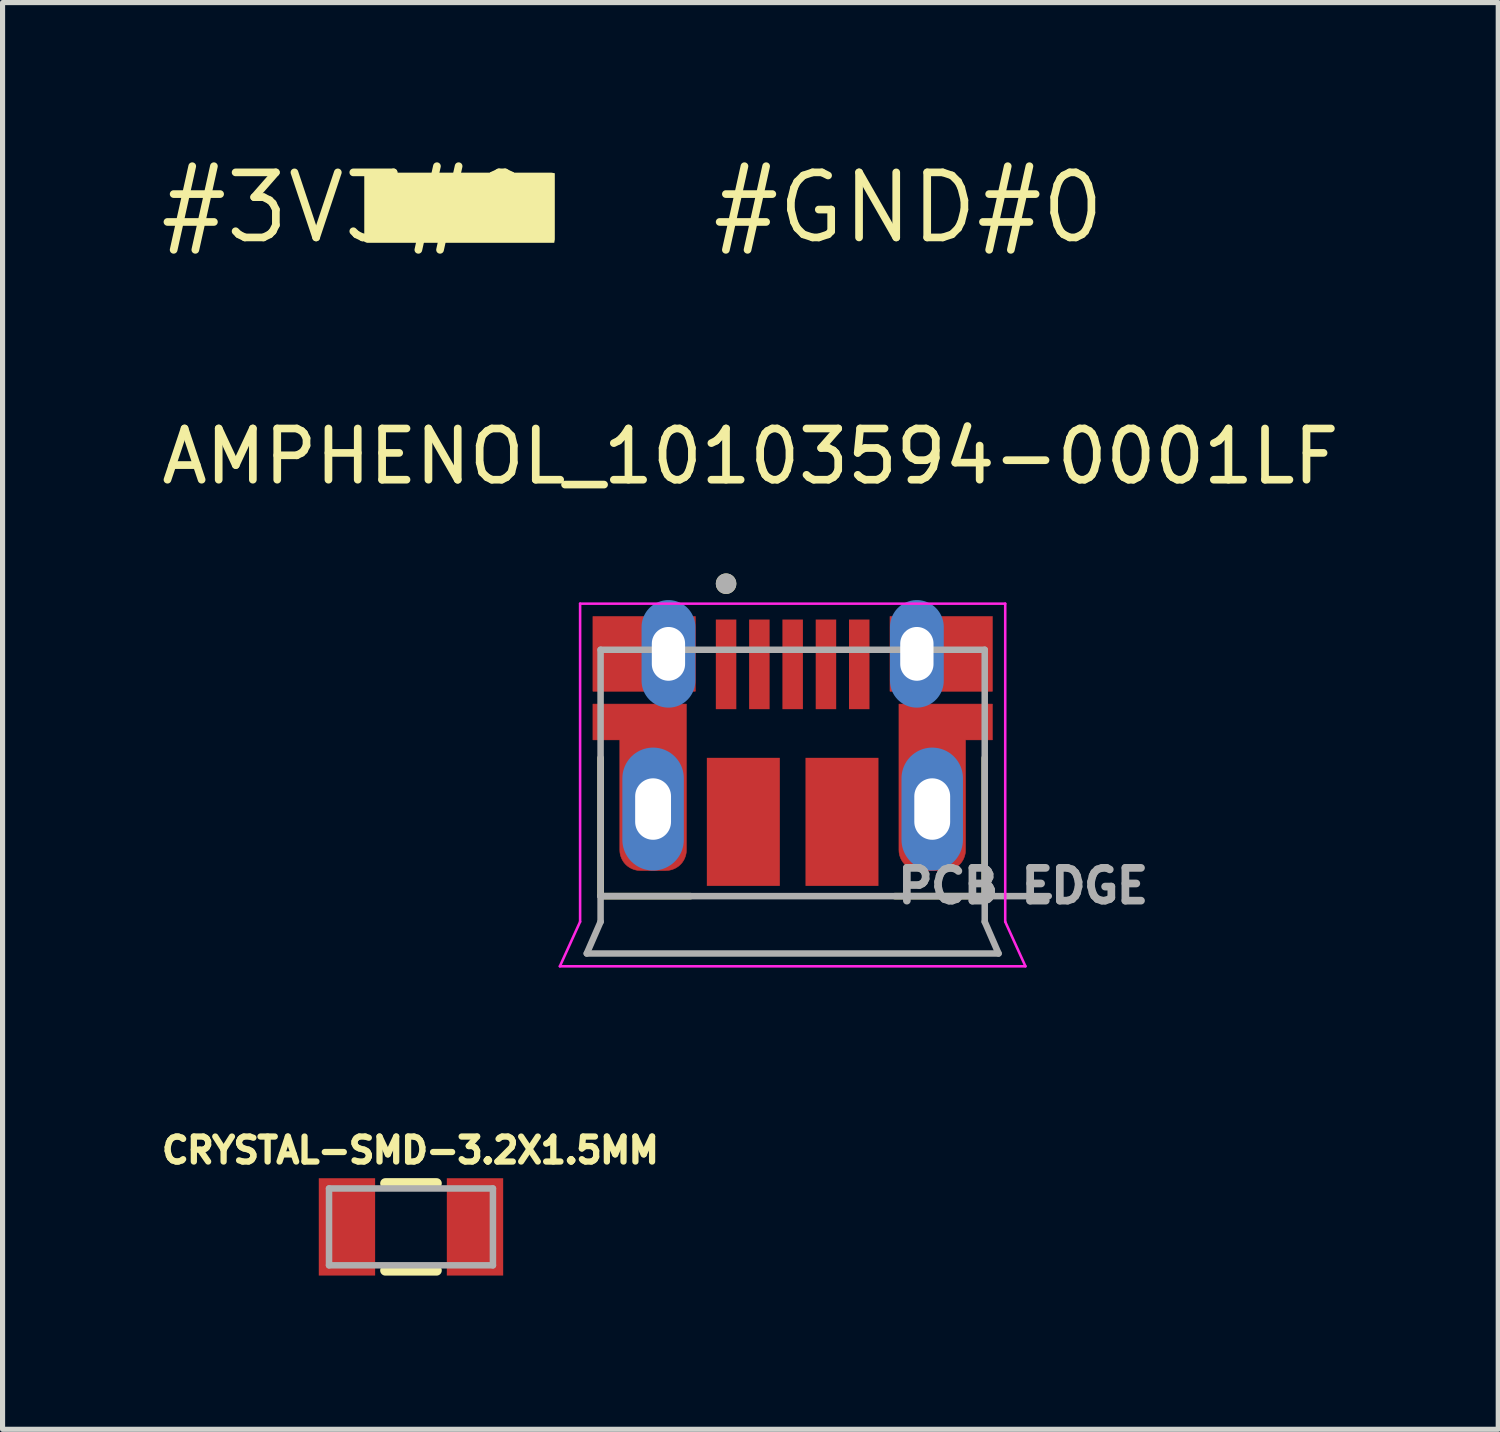
<source format=kicad_pcb>
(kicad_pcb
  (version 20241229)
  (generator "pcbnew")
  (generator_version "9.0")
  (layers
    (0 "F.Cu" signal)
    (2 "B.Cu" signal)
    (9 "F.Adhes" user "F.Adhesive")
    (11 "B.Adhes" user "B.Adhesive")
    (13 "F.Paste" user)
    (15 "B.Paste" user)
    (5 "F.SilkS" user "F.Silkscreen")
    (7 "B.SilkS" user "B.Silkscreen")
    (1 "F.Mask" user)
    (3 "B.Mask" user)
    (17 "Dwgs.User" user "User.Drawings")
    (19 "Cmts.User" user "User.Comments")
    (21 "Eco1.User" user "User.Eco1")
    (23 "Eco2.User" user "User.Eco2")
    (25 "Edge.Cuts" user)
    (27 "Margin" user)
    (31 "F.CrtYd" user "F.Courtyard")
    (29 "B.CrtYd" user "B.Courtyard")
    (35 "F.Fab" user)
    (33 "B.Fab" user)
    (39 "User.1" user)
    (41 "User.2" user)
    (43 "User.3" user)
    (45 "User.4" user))
  (footprint "#3V3#0"
    (layer "F.Cu")
    (at 3.727 1.006)
    (property "Reference" "#3V3#0" (at 0 0 0) (layer "F.SilkS") (effects (font (size 1.27 1.27) (thickness 0.15))))
    (fp_poly (pts (xy 3.99 -0.685) (xy 4.055 -0.674) (xy 4.055 0.62) (xy 4.044 0.685) (xy 0.389 0.685) (xy 0.335 0.663) (xy 0.335 -0.631) (xy 0.357 -0.685)) (stroke (width 0) (type default)) (fill yes) (layer "F.SilkS")))
  (footprint "CRYSTAL-SMD-3.2X1.5MM"
    (layer "F.Cu")
    (at 4.974 20.904)
    (property "Reference" "CRYSTAL-SMD-3.2X1.5MM" (at -0.01 -1.21 0) (layer "F.SilkS") (effects (font (size 0.488 0.488) (thickness 0.122)) (justify bottom)))
    (fp_line (start -0.5 -0.85) (end 0.5 -0.85) (stroke (width 0.203) (type solid)) (layer "F.SilkS"))
    (fp_line (start 0.5 0.85) (end -0.5 0.85) (stroke (width 0.203) (type solid)) (layer "F.SilkS"))
    (fp_line (start -1.6 -0.75) (end 1.6 -0.75) (stroke (width 0.127) (type solid)) (layer "F.Fab"))
    (fp_line (start -1.6 0.75) (end -1.6 -0.75) (stroke (width 0.127) (type solid)) (layer "F.Fab"))
    (fp_line (start 1.6 -0.75) (end 1.6 0.75) (stroke (width 0.127) (type solid)) (layer "F.Fab"))
    (fp_line (start 1.6 0.75) (end -1.6 0.75) (stroke (width 0.127) (type solid)) (layer "F.Fab"))
    (pad "P$1" smd rect (at -1.25 0) (size 1.1 1.9) (layers "F.Cu" "F.Mask" "F.Paste"))
    (pad "P$2" smd rect (at 1.25 0) (size 1.1 1.9) (layers "F.Cu" "F.Mask" "F.Paste")))
  (footprint "AMPHENOL_10103594-0001LF"
    (layer "F.Cu")
    (at 12.426 12.746)
    (property "Reference" "AMPHENOL_10103594-0001LF" (at -0.825 -6.885 0) (layer "F.SilkS") (effects (font (size 1 1) (thickness 0.15))))
    (attr smd)
    (fp_poly (pts (xy -1.9 -2.3) (xy -1.9 -3.76) (xy -3.9 -3.76) (xy -3.9 -2.3)) (stroke (width 0.01) (type solid)) (fill yes) (layer "F.Cu"))
    (fp_poly (pts (xy 1.9 -2.3) (xy 1.9 -3.76) (xy 3.9 -3.76) (xy 3.9 -2.3)) (stroke (width 0.01) (type solid)) (fill yes) (layer "F.Cu"))
    (fp_poly (pts (xy -3.9 -2.05) (xy -3.9 -1.35) (xy -3.375 -1.35) (xy -3.375 0.8) (xy -3.374 0.821) (xy -3.373 0.842) (xy -3.37 0.863) (xy -3.366 0.883) (xy -3.361 0.904) (xy -3.355 0.924) (xy -3.348 0.943) (xy -3.34 0.963) (xy -3.331 0.982) (xy -3.321 1) (xy -3.31 1.018) (xy -3.299 1.035) (xy -3.286 1.052) (xy -3.272 1.068) (xy -3.258 1.083) (xy -3.243 1.097) (xy -3.227 1.111) (xy -3.21 1.124) (xy -3.193 1.135) (xy -3.175 1.146) (xy -3.157 1.156) (xy -3.138 1.165) (xy -3.118 1.173) (xy -3.099 1.18) (xy -3.079 1.186) (xy -3.058 1.191) (xy -3.038 1.195) (xy -3.017 1.198) (xy -2.996 1.199) (xy -2.975 1.2) (xy -2.475 1.2) (xy -2.454 1.199) (xy -2.433 1.198) (xy -2.412 1.195) (xy -2.392 1.191) (xy -2.371 1.186) (xy -2.351 1.18) (xy -2.332 1.173) (xy -2.312 1.165) (xy -2.293 1.156) (xy -2.275 1.146) (xy -2.257 1.135) (xy -2.24 1.124) (xy -2.223 1.111) (xy -2.207 1.097) (xy -2.192 1.083) (xy -2.178 1.068) (xy -2.164 1.052) (xy -2.151 1.035) (xy -2.14 1.018) (xy -2.129 1) (xy -2.119 0.982) (xy -2.11 0.963) (xy -2.102 0.943) (xy -2.095 0.924) (xy -2.089 0.904) (xy -2.084 0.883) (xy -2.08 0.863) (xy -2.077 0.842) (xy -2.076 0.821) (xy -2.075 0.8) (xy -2.075 -2.05) (xy -3.9 -2.05)) (stroke (width 0.01) (type solid)) (fill yes) (layer "F.Cu"))
    (fp_poly (pts (xy 3.9 -2.05) (xy 3.9 -1.35) (xy 3.375 -1.35) (xy 3.375 0.8) (xy 3.374 0.821) (xy 3.373 0.842) (xy 3.37 0.863) (xy 3.366 0.883) (xy 3.361 0.904) (xy 3.355 0.924) (xy 3.348 0.943) (xy 3.34 0.963) (xy 3.331 0.982) (xy 3.321 1) (xy 3.31 1.018) (xy 3.299 1.035) (xy 3.286 1.052) (xy 3.272 1.068) (xy 3.258 1.083) (xy 3.243 1.097) (xy 3.227 1.111) (xy 3.21 1.124) (xy 3.193 1.135) (xy 3.175 1.146) (xy 3.157 1.156) (xy 3.138 1.165) (xy 3.118 1.173) (xy 3.099 1.18) (xy 3.079 1.186) (xy 3.058 1.191) (xy 3.038 1.195) (xy 3.017 1.198) (xy 2.996 1.199) (xy 2.975 1.2) (xy 2.475 1.2) (xy 2.454 1.199) (xy 2.433 1.198) (xy 2.412 1.195) (xy 2.392 1.191) (xy 2.371 1.186) (xy 2.351 1.18) (xy 2.332 1.173) (xy 2.312 1.165) (xy 2.293 1.156) (xy 2.275 1.146) (xy 2.257 1.135) (xy 2.24 1.124) (xy 2.223 1.111) (xy 2.207 1.097) (xy 2.192 1.083) (xy 2.178 1.068) (xy 2.164 1.052) (xy 2.151 1.035) (xy 2.14 1.018) (xy 2.129 1) (xy 2.119 0.982) (xy 2.11 0.963) (xy 2.102 0.943) (xy 2.095 0.924) (xy 2.089 0.904) (xy 2.084 0.883) (xy 2.08 0.863) (xy 2.077 0.842) (xy 2.076 0.821) (xy 2.075 0.8) (xy 2.075 -2.05) (xy 3.9 -2.05)) (stroke (width 0.01) (type solid)) (fill yes) (layer "F.Cu"))
    (fp_poly (pts (xy -4 -3.86) (xy -1.8 -3.86) (xy -1.8 -2.2) (xy -4 -2.2)) (stroke (width 0.01) (type solid)) (fill yes) (layer "F.Mask"))
    (fp_poly (pts (xy 1.8 -3.86) (xy 4 -3.86) (xy 4 -2.2) (xy 1.8 -2.2)) (stroke (width 0.01) (type solid)) (fill yes) (layer "F.Mask"))
    (fp_poly (pts (xy -4 -2.15) (xy -1.975 -2.15) (xy -1.975 0.8) (xy -1.976 0.826) (xy -1.978 0.852) (xy -1.981 0.878) (xy -1.986 0.904) (xy -1.992 0.929) (xy -1.999 0.955) (xy -2.008 0.979) (xy -2.018 1.003) (xy -2.029 1.027) (xy -2.042 1.05) (xy -2.056 1.072) (xy -2.07 1.094) (xy -2.086 1.115) (xy -2.103 1.135) (xy -2.121 1.154) (xy -2.14 1.172) (xy -2.16 1.189) (xy -2.181 1.205) (xy -2.203 1.219) (xy -2.225 1.233) (xy -2.248 1.246) (xy -2.272 1.257) (xy -2.296 1.267) (xy -2.32 1.276) (xy -2.346 1.283) (xy -2.371 1.289) (xy -2.397 1.294) (xy -2.423 1.297) (xy -2.449 1.299) (xy -2.475 1.3) (xy -2.975 1.3) (xy -3.001 1.299) (xy -3.027 1.297) (xy -3.053 1.294) (xy -3.079 1.289) (xy -3.104 1.283) (xy -3.13 1.276) (xy -3.154 1.267) (xy -3.178 1.257) (xy -3.202 1.246) (xy -3.225 1.233) (xy -3.247 1.219) (xy -3.269 1.205) (xy -3.29 1.189) (xy -3.31 1.172) (xy -3.329 1.154) (xy -3.347 1.135) (xy -3.364 1.115) (xy -3.38 1.094) (xy -3.394 1.072) (xy -3.408 1.05) (xy -3.421 1.027) (xy -3.432 1.003) (xy -3.442 0.979) (xy -3.451 0.955) (xy -3.458 0.929) (xy -3.464 0.904) (xy -3.469 0.878) (xy -3.472 0.852) (xy -3.474 0.826) (xy -3.475 0.8) (xy -3.475 -1.25) (xy -4 -1.25) (xy -4 -2.15)) (stroke (width 0.01) (type solid)) (fill yes) (layer "F.Mask"))
    (fp_poly (pts (xy 4 -2.15) (xy 1.975 -2.15) (xy 1.975 0.8) (xy 1.976 0.826) (xy 1.978 0.852) (xy 1.981 0.878) (xy 1.986 0.904) (xy 1.992 0.929) (xy 1.999 0.955) (xy 2.008 0.979) (xy 2.018 1.003) (xy 2.029 1.027) (xy 2.042 1.05) (xy 2.056 1.072) (xy 2.07 1.094) (xy 2.086 1.115) (xy 2.103 1.135) (xy 2.121 1.154) (xy 2.14 1.172) (xy 2.16 1.189) (xy 2.181 1.205) (xy 2.203 1.219) (xy 2.225 1.233) (xy 2.248 1.246) (xy 2.272 1.257) (xy 2.296 1.267) (xy 2.32 1.276) (xy 2.346 1.283) (xy 2.371 1.289) (xy 2.397 1.294) (xy 2.423 1.297) (xy 2.449 1.299) (xy 2.475 1.3) (xy 2.975 1.3) (xy 3.001 1.299) (xy 3.027 1.297) (xy 3.053 1.294) (xy 3.079 1.289) (xy 3.104 1.283) (xy 3.13 1.276) (xy 3.154 1.267) (xy 3.178 1.257) (xy 3.202 1.246) (xy 3.225 1.233) (xy 3.247 1.219) (xy 3.269 1.205) (xy 3.29 1.189) (xy 3.31 1.172) (xy 3.329 1.154) (xy 3.347 1.135) (xy 3.364 1.115) (xy 3.38 1.094) (xy 3.394 1.072) (xy 3.408 1.05) (xy 3.421 1.027) (xy 3.432 1.003) (xy 3.442 0.979) (xy 3.451 0.955) (xy 3.458 0.929) (xy 3.464 0.904) (xy 3.469 0.878) (xy 3.472 0.852) (xy 3.474 0.826) (xy 3.475 0.8) (xy 3.475 -1.25) (xy 4 -1.25) (xy 4 -2.15)) (stroke (width 0.01) (type solid)) (fill yes) (layer "F.Mask"))
    (fp_line (start -3.75 -1) (end -3.75 1.7) (stroke (width 0.127) (type solid)) (layer "F.SilkS"))
    (fp_line (start -3.75 1.7) (end -1.995 1.7) (stroke (width 0.127) (type solid)) (layer "F.SilkS"))
    (fp_line (start 3.75 -1) (end 3.75 1.7) (stroke (width 0.127) (type solid)) (layer "F.SilkS"))
    (fp_line (start 3.75 1.7) (end 1.995 1.7) (stroke (width 0.127) (type solid)) (layer "F.SilkS"))
    (fp_circle (center -1.3 -4.4) (end -1.2 -4.4) (stroke (width 0.2) (type solid)) (fill no) (layer "F.SilkS"))
    (fp_line (start -4.545 3.07) (end -4.15 2.2) (stroke (width 0.05) (type solid)) (layer "F.CrtYd"))
    (fp_line (start -4.545 3.07) (end 4.545 3.07) (stroke (width 0.05) (type solid)) (layer "F.CrtYd"))
    (fp_line (start -4.15 -4.01) (end 4.15 -4.01) (stroke (width 0.05) (type solid)) (layer "F.CrtYd"))
    (fp_line (start -4.15 2.2) (end -4.15 -4.01) (stroke (width 0.05) (type solid)) (layer "F.CrtYd"))
    (fp_line (start 4.15 -4.01) (end 4.15 2.2) (stroke (width 0.05) (type solid)) (layer "F.CrtYd"))
    (fp_line (start 4.545 3.07) (end 4.15 2.2) (stroke (width 0.05) (type solid)) (layer "F.CrtYd"))
    (fp_line (start -4.02 2.82) (end -3.75 2.2) (stroke (width 0.127) (type solid)) (layer "F.Fab"))
    (fp_line (start -4.02 2.82) (end 4.02 2.82) (stroke (width 0.127) (type solid)) (layer "F.Fab"))
    (fp_line (start -3.75 -3.11) (end -3.75 1.7) (stroke (width 0.127) (type solid)) (layer "F.Fab"))
    (fp_line (start -3.75 -3.11) (end 3.75 -3.11) (stroke (width 0.127) (type solid)) (layer "F.Fab"))
    (fp_line (start -3.75 1.7) (end -3.75 2.2) (stroke (width 0.127) (type solid)) (layer "F.Fab"))
    (fp_line (start -3.75 1.7) (end 5 1.7) (stroke (width 0.127) (type solid)) (layer "F.Fab"))
    (fp_line (start 3.75 -3.11) (end 3.75 2.2) (stroke (width 0.127) (type solid)) (layer "F.Fab"))
    (fp_line (start 4.02 2.82) (end 3.75 2.2) (stroke (width 0.127) (type solid)) (layer "F.Fab"))
    (fp_circle (center -1.3 -4.4) (end -1.2 -4.4) (stroke (width 0.2) (type solid)) (fill no) (layer "F.Fab"))
    (fp_text user "PCB EDGE" (at 4.5 1.5 0) (layer "F.Fab") (effects (font (size 0.64 0.64) (thickness 0.15))))
    (pad "1" smd rect (at -1.3 -2.825 90) (size 1.75 0.4) (layers "F.Cu" "F.Mask" "F.Paste"))
    (pad "2" smd rect (at -0.65 -2.825 90) (size 1.75 0.4) (layers "F.Cu" "F.Mask" "F.Paste"))
    (pad "3" smd rect (at 0 -2.825 90) (size 1.75 0.4) (layers "F.Cu" "F.Mask" "F.Paste"))
    (pad "4" smd rect (at 0.65 -2.825 90) (size 1.75 0.4) (layers "F.Cu" "F.Mask" "F.Paste"))
    (pad "5" smd rect (at 1.3 -2.825 90) (size 1.75 0.4) (layers "F.Cu" "F.Mask" "F.Paste"))
    (pad "6" thru_hole oval (at -2.425 -3.03) (size 0.73 1.46) (drill oval 0.65 1.05) (layers "*.Cu"))
    (pad "7" thru_hole oval (at 2.425 -3.03) (size 0.73 1.46) (drill oval 0.65 1.05) (layers "*.Cu"))
    (pad "8" thru_hole oval (at -2.725 0) (size 1.2 2.4) (drill oval 0.7 1.2) (layers "*.Cu" "*.Mask"))
    (pad "9" thru_hole oval (at 2.725 0) (size 1.2 2.4) (drill oval 0.7 1.2) (layers "*.Cu" "*.Mask"))
    (pad "10" smd oval (at -2.425 -3.03) (size 1.05 2.1) (layers "B.Cu" "B.Mask"))
    (pad "11" smd oval (at 2.425 -3.03) (size 1.05 2.1) (layers "B.Cu" "B.Mask"))
    (pad "S1" smd rect (at -0.963 0.25 180) (size 1.425 2.5) (layers "F.Cu" "F.Mask" "F.Paste"))
    (pad "S2" smd rect (at 0.963 0.25) (size 1.425 2.5) (layers "F.Cu" "F.Mask" "F.Paste")))
  (footprint "#GND#0"
    (layer "F.Cu")
    (at 14.69 1.006)
    (property "Reference" "#GND#0" (at 0 0 0) (layer "F.SilkS") (effects (font (size 1.27 1.27) (thickness 0.15))))
    (fp_poly (pts (xy 3.055 0.239) (xy 3.05 0.24) (xy 3.05 0.235) (xy 3.054 0.235)) (stroke (width 0) (type default)) (fill yes) (layer "F.SilkS")))
  (gr_rect
    (start -3 -3)
    (end 26.202 24.856)
    (stroke (width 0.1) (type default))
    (fill no)
    (layer "Edge.Cuts")))
</source>
